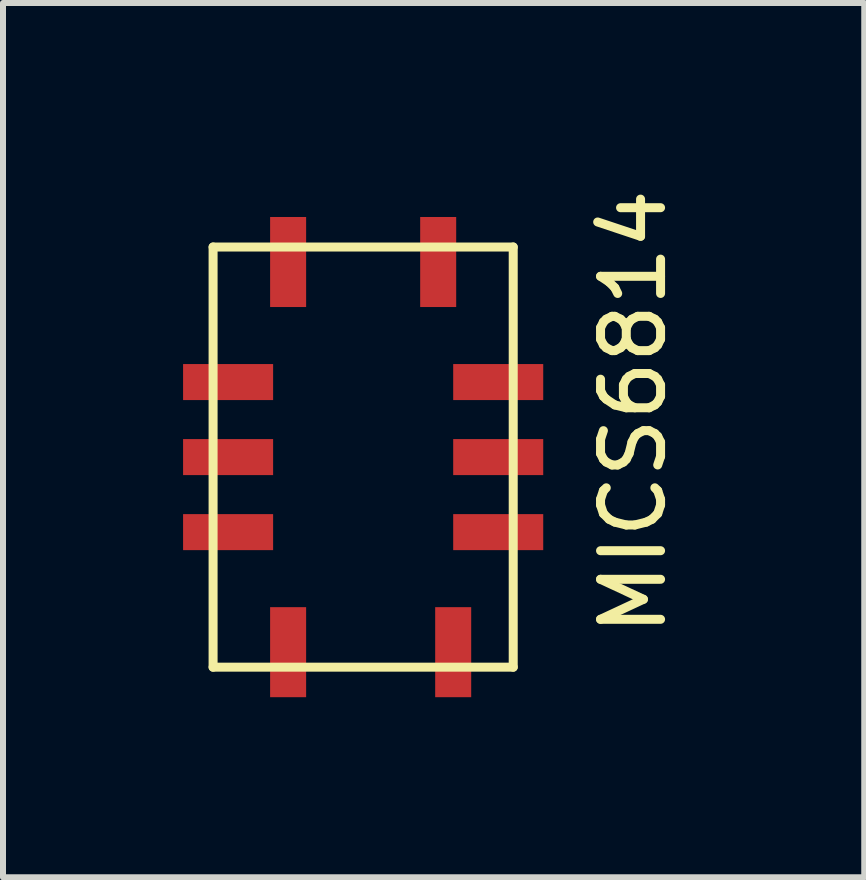
<source format=kicad_pcb>
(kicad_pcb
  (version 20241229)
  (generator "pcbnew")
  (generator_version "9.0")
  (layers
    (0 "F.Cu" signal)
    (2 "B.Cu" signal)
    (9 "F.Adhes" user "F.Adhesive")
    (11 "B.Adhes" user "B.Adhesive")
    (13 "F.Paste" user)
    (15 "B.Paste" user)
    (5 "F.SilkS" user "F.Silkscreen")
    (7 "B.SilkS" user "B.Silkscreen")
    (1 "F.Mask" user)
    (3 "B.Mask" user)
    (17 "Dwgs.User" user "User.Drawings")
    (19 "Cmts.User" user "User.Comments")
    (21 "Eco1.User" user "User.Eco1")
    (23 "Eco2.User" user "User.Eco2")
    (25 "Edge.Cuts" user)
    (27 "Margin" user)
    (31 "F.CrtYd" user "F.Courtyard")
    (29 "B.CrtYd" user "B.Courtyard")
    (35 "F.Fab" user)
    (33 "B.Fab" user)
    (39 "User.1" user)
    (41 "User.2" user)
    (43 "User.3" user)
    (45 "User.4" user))
  (footprint "MICS6814"
    (layer "F.Cu")
    (at 0.5 8.065)
    (property "Reference" "MICS6814" (at 7 -4.25 90) (layer "F.SilkS") (effects (font (size 1 1) (thickness 0.15))))
    (attr through_hole)
    (fp_line (start 0 -7) (end 5 -7) (stroke (width 0.15) (type solid)) (layer "F.SilkS"))
    (fp_line (start 0 0) (end 0 -7) (stroke (width 0.15) (type solid)) (layer "F.SilkS"))
    (fp_line (start 5 -7) (end 5 0) (stroke (width 0.15) (type solid)) (layer "F.SilkS"))
    (fp_line (start 5 0) (end 0 0) (stroke (width 0.15) (type solid)) (layer "F.SilkS"))
    (pad "A" smd rect (at 0.25 -4.75 90) (size 0.6 1.5) (layers "F.Cu" "F.Mask" "F.Paste"))
    (pad "B" smd rect (at 0.25 -3.5 90) (size 0.6 1.5) (layers "F.Cu" "F.Mask" "F.Paste"))
    (pad "C" smd rect (at 0.25 -2.25 90) (size 0.6 1.5) (layers "F.Cu" "F.Mask" "F.Paste"))
    (pad "D" smd rect (at 1.25 -0.25) (size 0.6 1.5) (layers "F.Cu" "F.Mask" "F.Paste"))
    (pad "E" smd rect (at 4 -0.25) (size 0.6 1.5) (layers "F.Cu" "F.Mask" "F.Paste"))
    (pad "F" smd rect (at 4.75 -2.25 90) (size 0.6 1.5) (layers "F.Cu" "F.Mask" "F.Paste"))
    (pad "G" smd rect (at 4.75 -3.5 90) (size 0.6 1.5) (layers "F.Cu" "F.Mask" "F.Paste"))
    (pad "H" smd rect (at 4.75 -4.75 90) (size 0.6 1.5) (layers "F.Cu" "F.Mask" "F.Paste"))
    (pad "J" smd rect (at 3.75 -6.75) (size 0.6 1.5) (layers "F.Cu" "F.Mask" "F.Paste"))
    (pad "K" smd rect (at 1.25 -6.75) (size 0.6 1.5) (layers "F.Cu" "F.Mask" "F.Paste")))
  (gr_rect
    (start -3 -3)
    (end 11.348 11.565)
    (stroke (width 0.1) (type default))
    (fill no)
    (layer "Edge.Cuts")))
</source>
